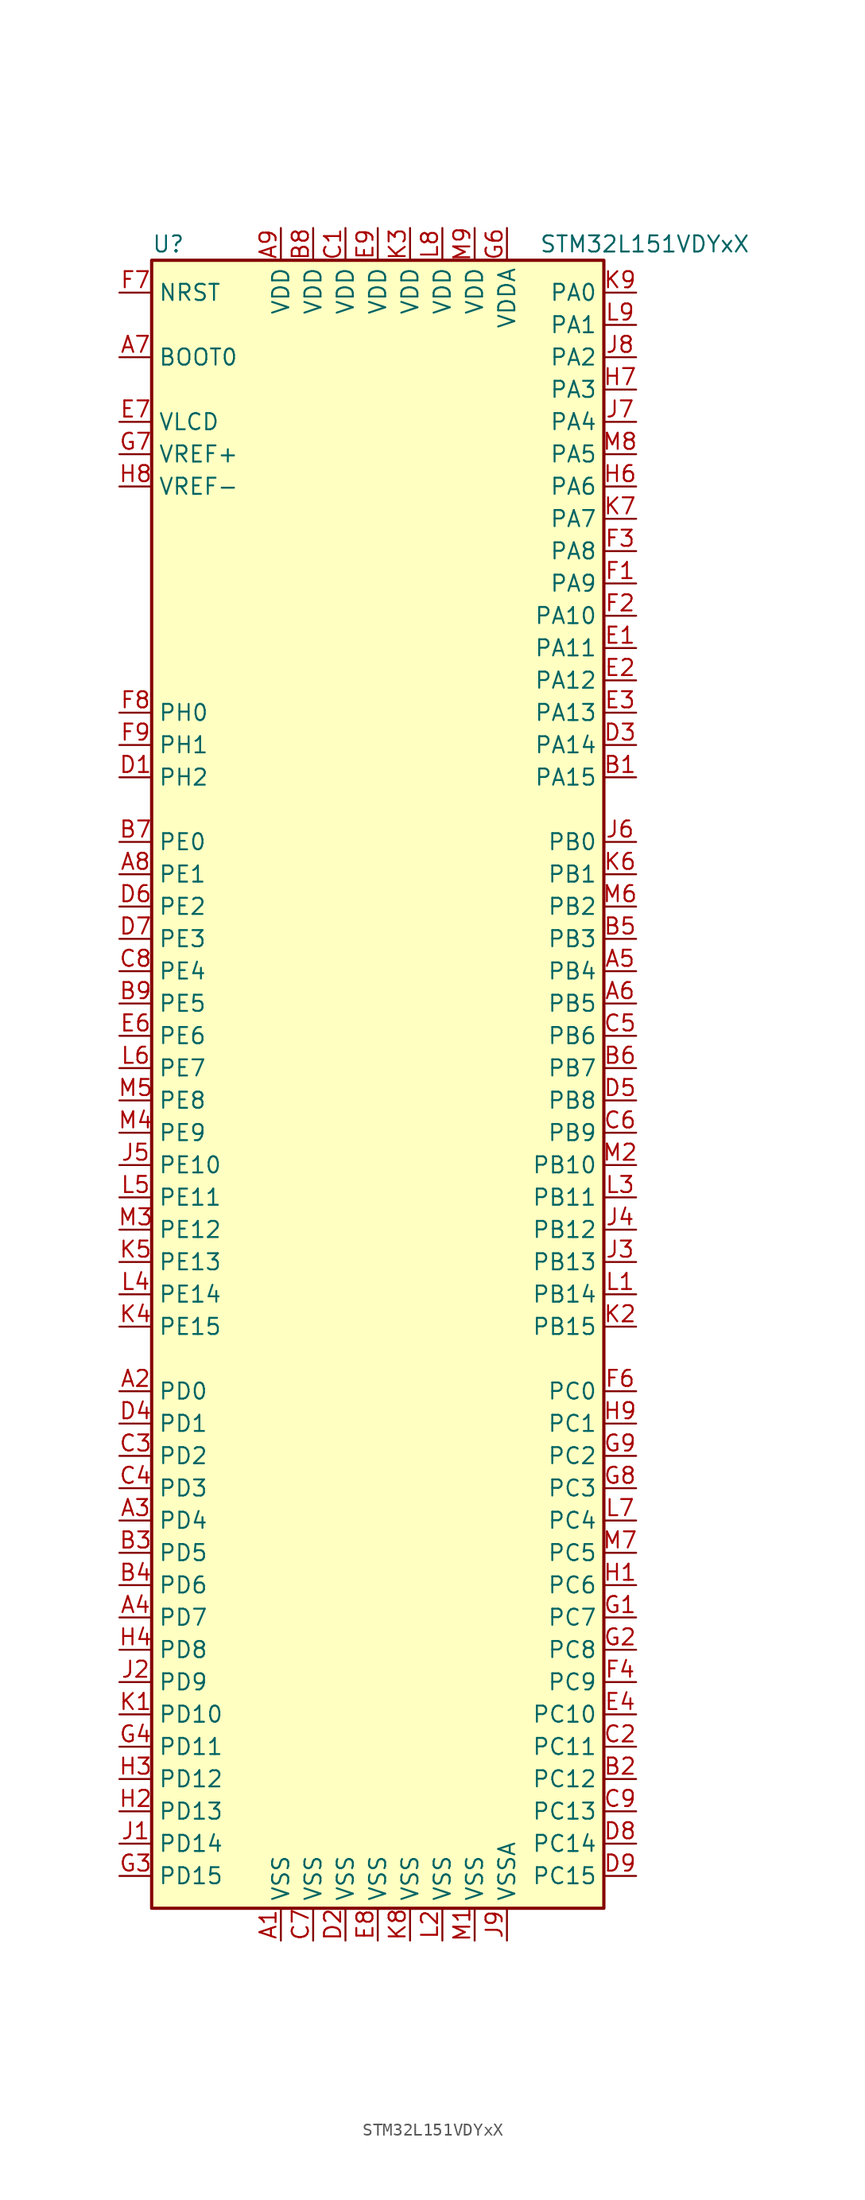
<source format=kicad_sym>
(kicad_symbol_lib
  (version 20201005)
  (generator kicad_symbol_editor)
  (symbol "STM32L151VDYxX"
    (property "Reference" "U"
      (at -17.78 64.77 0)
      (effects (font (size 1.27 1.27)) (justify left)))
    (property "Value" "STM32L151VDYxX"
      (at 12.7 64.77 0)
      (effects (font (size 1.27 1.27)) (justify left)))
    (symbol "STM32L151VDYxX_0_1"
      (rectangle (start -17.78 -66.04) (end 17.78 63.5) (stroke (width 0.254)) (fill (type background))))
    (symbol "STM32L151VDYxX_1_1"
      (pin input line (at -20.32 55.88 0) (length 2.54) (name "BOOT0" (effects (font (size 1.27 1.27)))) (number "A7" (effects (font (size 1.27 1.27)))))
      (pin input line (at -20.32 60.96 0) (length 2.54) (name "NRST" (effects (font (size 1.27 1.27)))) (number "F7" (effects (font (size 1.27 1.27)))))
      (pin bidirectional line (at 20.32 60.96 180) (length 2.54) (name "PA0" (effects (font (size 1.27 1.27)))) (number "K9" (effects (font (size 1.27 1.27)))))
      (pin bidirectional line (at 20.32 58.42 180) (length 2.54) (name "PA1" (effects (font (size 1.27 1.27)))) (number "L9" (effects (font (size 1.27 1.27)))))
      (pin bidirectional line (at 20.32 35.56 180) (length 2.54) (name "PA10" (effects (font (size 1.27 1.27)))) (number "F2" (effects (font (size 1.27 1.27)))))
      (pin bidirectional line (at 20.32 33.02 180) (length 2.54) (name "PA11" (effects (font (size 1.27 1.27)))) (number "E1" (effects (font (size 1.27 1.27)))))
      (pin bidirectional line (at 20.32 30.48 180) (length 2.54) (name "PA12" (effects (font (size 1.27 1.27)))) (number "E2" (effects (font (size 1.27 1.27)))))
      (pin bidirectional line (at 20.32 27.94 180) (length 2.54) (name "PA13" (effects (font (size 1.27 1.27)))) (number "E3" (effects (font (size 1.27 1.27)))))
      (pin bidirectional line (at 20.32 25.4 180) (length 2.54) (name "PA14" (effects (font (size 1.27 1.27)))) (number "D3" (effects (font (size 1.27 1.27)))))
      (pin bidirectional line (at 20.32 22.86 180) (length 2.54) (name "PA15" (effects (font (size 1.27 1.27)))) (number "B1" (effects (font (size 1.27 1.27)))))
      (pin bidirectional line (at 20.32 55.88 180) (length 2.54) (name "PA2" (effects (font (size 1.27 1.27)))) (number "J8" (effects (font (size 1.27 1.27)))))
      (pin bidirectional line (at 20.32 53.34 180) (length 2.54) (name "PA3" (effects (font (size 1.27 1.27)))) (number "H7" (effects (font (size 1.27 1.27)))))
      (pin bidirectional line (at 20.32 50.8 180) (length 2.54) (name "PA4" (effects (font (size 1.27 1.27)))) (number "J7" (effects (font (size 1.27 1.27)))))
      (pin bidirectional line (at 20.32 48.26 180) (length 2.54) (name "PA5" (effects (font (size 1.27 1.27)))) (number "M8" (effects (font (size 1.27 1.27)))))
      (pin bidirectional line (at 20.32 45.72 180) (length 2.54) (name "PA6" (effects (font (size 1.27 1.27)))) (number "H6" (effects (font (size 1.27 1.27)))))
      (pin bidirectional line (at 20.32 43.18 180) (length 2.54) (name "PA7" (effects (font (size 1.27 1.27)))) (number "K7" (effects (font (size 1.27 1.27)))))
      (pin bidirectional line (at 20.32 40.64 180) (length 2.54) (name "PA8" (effects (font (size 1.27 1.27)))) (number "F3" (effects (font (size 1.27 1.27)))))
      (pin bidirectional line (at 20.32 38.1 180) (length 2.54) (name "PA9" (effects (font (size 1.27 1.27)))) (number "F1" (effects (font (size 1.27 1.27)))))
      (pin bidirectional line (at 20.32 17.78 180) (length 2.54) (name "PB0" (effects (font (size 1.27 1.27)))) (number "J6" (effects (font (size 1.27 1.27)))))
      (pin bidirectional line (at 20.32 15.24 180) (length 2.54) (name "PB1" (effects (font (size 1.27 1.27)))) (number "K6" (effects (font (size 1.27 1.27)))))
      (pin bidirectional line (at 20.32 -7.62 180) (length 2.54) (name "PB10" (effects (font (size 1.27 1.27)))) (number "M2" (effects (font (size 1.27 1.27)))))
      (pin bidirectional line (at 20.32 -10.16 180) (length 2.54) (name "PB11" (effects (font (size 1.27 1.27)))) (number "L3" (effects (font (size 1.27 1.27)))))
      (pin bidirectional line (at 20.32 -12.7 180) (length 2.54) (name "PB12" (effects (font (size 1.27 1.27)))) (number "J4" (effects (font (size 1.27 1.27)))))
      (pin bidirectional line (at 20.32 -15.24 180) (length 2.54) (name "PB13" (effects (font (size 1.27 1.27)))) (number "J3" (effects (font (size 1.27 1.27)))))
      (pin bidirectional line (at 20.32 -17.78 180) (length 2.54) (name "PB14" (effects (font (size 1.27 1.27)))) (number "L1" (effects (font (size 1.27 1.27)))))
      (pin bidirectional line (at 20.32 -20.32 180) (length 2.54) (name "PB15" (effects (font (size 1.27 1.27)))) (number "K2" (effects (font (size 1.27 1.27)))))
      (pin bidirectional line (at 20.32 12.7 180) (length 2.54) (name "PB2" (effects (font (size 1.27 1.27)))) (number "M6" (effects (font (size 1.27 1.27)))))
      (pin bidirectional line (at 20.32 10.16 180) (length 2.54) (name "PB3" (effects (font (size 1.27 1.27)))) (number "B5" (effects (font (size 1.27 1.27)))))
      (pin bidirectional line (at 20.32 7.62 180) (length 2.54) (name "PB4" (effects (font (size 1.27 1.27)))) (number "A5" (effects (font (size 1.27 1.27)))))
      (pin bidirectional line (at 20.32 5.08 180) (length 2.54) (name "PB5" (effects (font (size 1.27 1.27)))) (number "A6" (effects (font (size 1.27 1.27)))))
      (pin bidirectional line (at 20.32 2.54 180) (length 2.54) (name "PB6" (effects (font (size 1.27 1.27)))) (number "C5" (effects (font (size 1.27 1.27)))))
      (pin bidirectional line (at 20.32 0 180) (length 2.54) (name "PB7" (effects (font (size 1.27 1.27)))) (number "B6" (effects (font (size 1.27 1.27)))))
      (pin bidirectional line (at 20.32 -2.54 180) (length 2.54) (name "PB8" (effects (font (size 1.27 1.27)))) (number "D5" (effects (font (size 1.27 1.27)))))
      (pin bidirectional line (at 20.32 -5.08 180) (length 2.54) (name "PB9" (effects (font (size 1.27 1.27)))) (number "C6" (effects (font (size 1.27 1.27)))))
      (pin bidirectional line (at 20.32 -25.4 180) (length 2.54) (name "PC0" (effects (font (size 1.27 1.27)))) (number "F6" (effects (font (size 1.27 1.27)))))
      (pin bidirectional line (at 20.32 -27.94 180) (length 2.54) (name "PC1" (effects (font (size 1.27 1.27)))) (number "H9" (effects (font (size 1.27 1.27)))))
      (pin bidirectional line (at 20.32 -50.8 180) (length 2.54) (name "PC10" (effects (font (size 1.27 1.27)))) (number "E4" (effects (font (size 1.27 1.27)))))
      (pin bidirectional line (at 20.32 -53.34 180) (length 2.54) (name "PC11" (effects (font (size 1.27 1.27)))) (number "C2" (effects (font (size 1.27 1.27)))))
      (pin bidirectional line (at 20.32 -55.88 180) (length 2.54) (name "PC12" (effects (font (size 1.27 1.27)))) (number "B2" (effects (font (size 1.27 1.27)))))
      (pin bidirectional line (at 20.32 -58.42 180) (length 2.54) (name "PC13" (effects (font (size 1.27 1.27)))) (number "C9" (effects (font (size 1.27 1.27)))))
      (pin bidirectional line (at 20.32 -60.96 180) (length 2.54) (name "PC14" (effects (font (size 1.27 1.27)))) (number "D8" (effects (font (size 1.27 1.27)))))
      (pin bidirectional line (at 20.32 -63.5 180) (length 2.54) (name "PC15" (effects (font (size 1.27 1.27)))) (number "D9" (effects (font (size 1.27 1.27)))))
      (pin bidirectional line (at 20.32 -30.48 180) (length 2.54) (name "PC2" (effects (font (size 1.27 1.27)))) (number "G9" (effects (font (size 1.27 1.27)))))
      (pin bidirectional line (at 20.32 -33.02 180) (length 2.54) (name "PC3" (effects (font (size 1.27 1.27)))) (number "G8" (effects (font (size 1.27 1.27)))))
      (pin bidirectional line (at 20.32 -35.56 180) (length 2.54) (name "PC4" (effects (font (size 1.27 1.27)))) (number "L7" (effects (font (size 1.27 1.27)))))
      (pin bidirectional line (at 20.32 -38.1 180) (length 2.54) (name "PC5" (effects (font (size 1.27 1.27)))) (number "M7" (effects (font (size 1.27 1.27)))))
      (pin bidirectional line (at 20.32 -40.64 180) (length 2.54) (name "PC6" (effects (font (size 1.27 1.27)))) (number "H1" (effects (font (size 1.27 1.27)))))
      (pin bidirectional line (at 20.32 -43.18 180) (length 2.54) (name "PC7" (effects (font (size 1.27 1.27)))) (number "G1" (effects (font (size 1.27 1.27)))))
      (pin bidirectional line (at 20.32 -45.72 180) (length 2.54) (name "PC8" (effects (font (size 1.27 1.27)))) (number "G2" (effects (font (size 1.27 1.27)))))
      (pin bidirectional line (at 20.32 -48.26 180) (length 2.54) (name "PC9" (effects (font (size 1.27 1.27)))) (number "F4" (effects (font (size 1.27 1.27)))))
      (pin bidirectional line (at -20.32 -25.4 0) (length 2.54) (name "PD0" (effects (font (size 1.27 1.27)))) (number "A2" (effects (font (size 1.27 1.27)))))
      (pin bidirectional line (at -20.32 -27.94 0) (length 2.54) (name "PD1" (effects (font (size 1.27 1.27)))) (number "D4" (effects (font (size 1.27 1.27)))))
      (pin bidirectional line (at -20.32 -50.8 0) (length 2.54) (name "PD10" (effects (font (size 1.27 1.27)))) (number "K1" (effects (font (size 1.27 1.27)))))
      (pin bidirectional line (at -20.32 -53.34 0) (length 2.54) (name "PD11" (effects (font (size 1.27 1.27)))) (number "G4" (effects (font (size 1.27 1.27)))))
      (pin bidirectional line (at -20.32 -55.88 0) (length 2.54) (name "PD12" (effects (font (size 1.27 1.27)))) (number "H3" (effects (font (size 1.27 1.27)))))
      (pin bidirectional line (at -20.32 -58.42 0) (length 2.54) (name "PD13" (effects (font (size 1.27 1.27)))) (number "H2" (effects (font (size 1.27 1.27)))))
      (pin bidirectional line (at -20.32 -60.96 0) (length 2.54) (name "PD14" (effects (font (size 1.27 1.27)))) (number "J1" (effects (font (size 1.27 1.27)))))
      (pin bidirectional line (at -20.32 -63.5 0) (length 2.54) (name "PD15" (effects (font (size 1.27 1.27)))) (number "G3" (effects (font (size 1.27 1.27)))))
      (pin bidirectional line (at -20.32 -30.48 0) (length 2.54) (name "PD2" (effects (font (size 1.27 1.27)))) (number "C3" (effects (font (size 1.27 1.27)))))
      (pin bidirectional line (at -20.32 -33.02 0) (length 2.54) (name "PD3" (effects (font (size 1.27 1.27)))) (number "C4" (effects (font (size 1.27 1.27)))))
      (pin bidirectional line (at -20.32 -35.56 0) (length 2.54) (name "PD4" (effects (font (size 1.27 1.27)))) (number "A3" (effects (font (size 1.27 1.27)))))
      (pin bidirectional line (at -20.32 -38.1 0) (length 2.54) (name "PD5" (effects (font (size 1.27 1.27)))) (number "B3" (effects (font (size 1.27 1.27)))))
      (pin bidirectional line (at -20.32 -40.64 0) (length 2.54) (name "PD6" (effects (font (size 1.27 1.27)))) (number "B4" (effects (font (size 1.27 1.27)))))
      (pin bidirectional line (at -20.32 -43.18 0) (length 2.54) (name "PD7" (effects (font (size 1.27 1.27)))) (number "A4" (effects (font (size 1.27 1.27)))))
      (pin bidirectional line (at -20.32 -45.72 0) (length 2.54) (name "PD8" (effects (font (size 1.27 1.27)))) (number "H4" (effects (font (size 1.27 1.27)))))
      (pin bidirectional line (at -20.32 -48.26 0) (length 2.54) (name "PD9" (effects (font (size 1.27 1.27)))) (number "J2" (effects (font (size 1.27 1.27)))))
      (pin bidirectional line (at -20.32 17.78 0) (length 2.54) (name "PE0" (effects (font (size 1.27 1.27)))) (number "B7" (effects (font (size 1.27 1.27)))))
      (pin bidirectional line (at -20.32 15.24 0) (length 2.54) (name "PE1" (effects (font (size 1.27 1.27)))) (number "A8" (effects (font (size 1.27 1.27)))))
      (pin bidirectional line (at -20.32 -7.62 0) (length 2.54) (name "PE10" (effects (font (size 1.27 1.27)))) (number "J5" (effects (font (size 1.27 1.27)))))
      (pin bidirectional line (at -20.32 -10.16 0) (length 2.54) (name "PE11" (effects (font (size 1.27 1.27)))) (number "L5" (effects (font (size 1.27 1.27)))))
      (pin bidirectional line (at -20.32 -12.7 0) (length 2.54) (name "PE12" (effects (font (size 1.27 1.27)))) (number "M3" (effects (font (size 1.27 1.27)))))
      (pin bidirectional line (at -20.32 -15.24 0) (length 2.54) (name "PE13" (effects (font (size 1.27 1.27)))) (number "K5" (effects (font (size 1.27 1.27)))))
      (pin bidirectional line (at -20.32 -17.78 0) (length 2.54) (name "PE14" (effects (font (size 1.27 1.27)))) (number "L4" (effects (font (size 1.27 1.27)))))
      (pin bidirectional line (at -20.32 -20.32 0) (length 2.54) (name "PE15" (effects (font (size 1.27 1.27)))) (number "K4" (effects (font (size 1.27 1.27)))))
      (pin bidirectional line (at -20.32 12.7 0) (length 2.54) (name "PE2" (effects (font (size 1.27 1.27)))) (number "D6" (effects (font (size 1.27 1.27)))))
      (pin bidirectional line (at -20.32 10.16 0) (length 2.54) (name "PE3" (effects (font (size 1.27 1.27)))) (number "D7" (effects (font (size 1.27 1.27)))))
      (pin bidirectional line (at -20.32 7.62 0) (length 2.54) (name "PE4" (effects (font (size 1.27 1.27)))) (number "C8" (effects (font (size 1.27 1.27)))))
      (pin bidirectional line (at -20.32 5.08 0) (length 2.54) (name "PE5" (effects (font (size 1.27 1.27)))) (number "B9" (effects (font (size 1.27 1.27)))))
      (pin bidirectional line (at -20.32 2.54 0) (length 2.54) (name "PE6" (effects (font (size 1.27 1.27)))) (number "E6" (effects (font (size 1.27 1.27)))))
      (pin bidirectional line (at -20.32 0 0) (length 2.54) (name "PE7" (effects (font (size 1.27 1.27)))) (number "L6" (effects (font (size 1.27 1.27)))))
      (pin bidirectional line (at -20.32 -2.54 0) (length 2.54) (name "PE8" (effects (font (size 1.27 1.27)))) (number "M5" (effects (font (size 1.27 1.27)))))
      (pin bidirectional line (at -20.32 -5.08 0) (length 2.54) (name "PE9" (effects (font (size 1.27 1.27)))) (number "M4" (effects (font (size 1.27 1.27)))))
      (pin input line (at -20.32 27.94 0) (length 2.54) (name "PH0" (effects (font (size 1.27 1.27)))) (number "F8" (effects (font (size 1.27 1.27)))))
      (pin input line (at -20.32 25.4 0) (length 2.54) (name "PH1" (effects (font (size 1.27 1.27)))) (number "F9" (effects (font (size 1.27 1.27)))))
      (pin bidirectional line (at -20.32 22.86 0) (length 2.54) (name "PH2" (effects (font (size 1.27 1.27)))) (number "D1" (effects (font (size 1.27 1.27)))))
      (pin power_in line (at -7.62 66.04 270) (length 2.54) (name "VDD" (effects (font (size 1.27 1.27)))) (number "A9" (effects (font (size 1.27 1.27)))))
      (pin power_in line (at -5.08 66.04 270) (length 2.54) (name "VDD" (effects (font (size 1.27 1.27)))) (number "B8" (effects (font (size 1.27 1.27)))))
      (pin power_in line (at -2.54 66.04 270) (length 2.54) (name "VDD" (effects (font (size 1.27 1.27)))) (number "C1" (effects (font (size 1.27 1.27)))))
      (pin power_in line (at 0 66.04 270) (length 2.54) (name "VDD" (effects (font (size 1.27 1.27)))) (number "E9" (effects (font (size 1.27 1.27)))))
      (pin power_in line (at 2.54 66.04 270) (length 2.54) (name "VDD" (effects (font (size 1.27 1.27)))) (number "K3" (effects (font (size 1.27 1.27)))))
      (pin power_in line (at 5.08 66.04 270) (length 2.54) (name "VDD" (effects (font (size 1.27 1.27)))) (number "L8" (effects (font (size 1.27 1.27)))))
      (pin power_in line (at 7.62 66.04 270) (length 2.54) (name "VDD" (effects (font (size 1.27 1.27)))) (number "M9" (effects (font (size 1.27 1.27)))))
      (pin power_in line (at 10.16 66.04 270) (length 2.54) (name "VDDA" (effects (font (size 1.27 1.27)))) (number "G6" (effects (font (size 1.27 1.27)))))
      (pin power_in line (at -20.32 50.8 0) (length 2.54) (name "VLCD" (effects (font (size 1.27 1.27)))) (number "E7" (effects (font (size 1.27 1.27)))))
      (pin power_in line (at -20.32 48.26 0) (length 2.54) (name "VREF+" (effects (font (size 1.27 1.27)))) (number "G7" (effects (font (size 1.27 1.27)))))
      (pin power_in line (at -20.32 45.72 0) (length 2.54) (name "VREF-" (effects (font (size 1.27 1.27)))) (number "H8" (effects (font (size 1.27 1.27)))))
      (pin power_in line (at -7.62 -68.58 90) (length 2.54) (name "VSS" (effects (font (size 1.27 1.27)))) (number "A1" (effects (font (size 1.27 1.27)))))
      (pin power_in line (at -5.08 -68.58 90) (length 2.54) (name "VSS" (effects (font (size 1.27 1.27)))) (number "C7" (effects (font (size 1.27 1.27)))))
      (pin power_in line (at -2.54 -68.58 90) (length 2.54) (name "VSS" (effects (font (size 1.27 1.27)))) (number "D2" (effects (font (size 1.27 1.27)))))
      (pin power_in line (at 0 -68.58 90) (length 2.54) (name "VSS" (effects (font (size 1.27 1.27)))) (number "E8" (effects (font (size 1.27 1.27)))))
      (pin power_in line (at 2.54 -68.58 90) (length 2.54) (name "VSS" (effects (font (size 1.27 1.27)))) (number "K8" (effects (font (size 1.27 1.27)))))
      (pin power_in line (at 5.08 -68.58 90) (length 2.54) (name "VSS" (effects (font (size 1.27 1.27)))) (number "L2" (effects (font (size 1.27 1.27)))))
      (pin power_in line (at 7.62 -68.58 90) (length 2.54) (name "VSS" (effects (font (size 1.27 1.27)))) (number "M1" (effects (font (size 1.27 1.27)))))
      (pin power_in line (at 10.16 -68.58 90) (length 2.54) (name "VSSA" (effects (font (size 1.27 1.27)))) (number "J9" (effects (font (size 1.27 1.27))))))))
</source>
